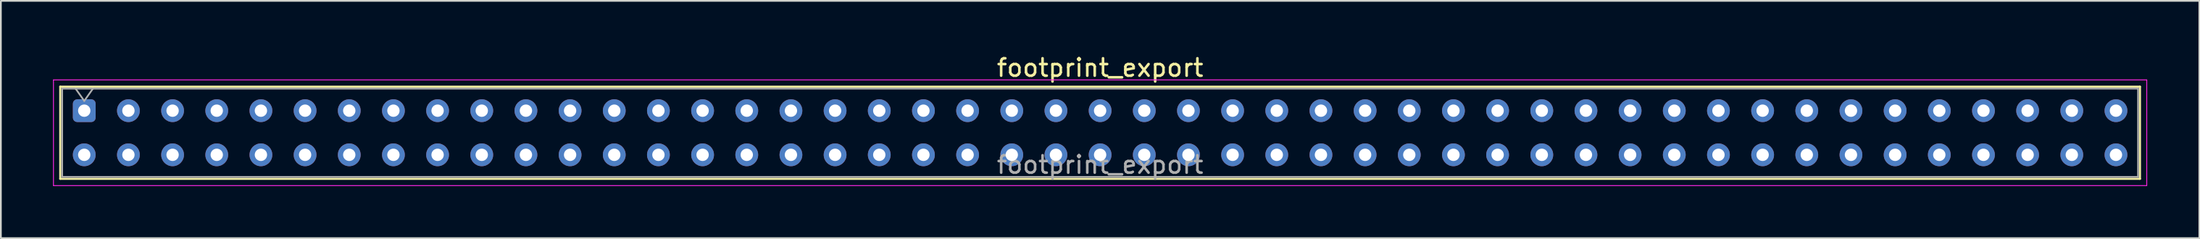
<source format=kicad_pcb>
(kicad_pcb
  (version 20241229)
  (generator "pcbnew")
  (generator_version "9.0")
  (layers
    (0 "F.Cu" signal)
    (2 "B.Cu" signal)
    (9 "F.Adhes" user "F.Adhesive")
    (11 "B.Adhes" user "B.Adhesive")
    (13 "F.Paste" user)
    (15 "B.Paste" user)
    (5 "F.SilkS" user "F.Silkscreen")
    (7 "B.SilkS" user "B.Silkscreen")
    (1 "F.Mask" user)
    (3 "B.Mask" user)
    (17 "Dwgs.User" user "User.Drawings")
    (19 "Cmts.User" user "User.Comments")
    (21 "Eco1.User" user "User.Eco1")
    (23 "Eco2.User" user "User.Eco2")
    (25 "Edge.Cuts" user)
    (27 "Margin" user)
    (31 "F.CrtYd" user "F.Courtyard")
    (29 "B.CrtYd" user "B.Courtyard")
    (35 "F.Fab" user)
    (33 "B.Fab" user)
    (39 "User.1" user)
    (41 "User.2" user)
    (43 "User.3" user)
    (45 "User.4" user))
  (footprint "footprint_export"
    (layer "F.Cu")
    (at 1.795 3.318)
    (property "Reference" "footprint_export" (at 58.42 -2.47 0) (layer "F.SilkS") (effects (font (size 1 1) (thickness 0.15))))
    (attr through_hole)
    (fp_line (start -1.38 -1.38) (end 118.22 -1.38) (stroke (width 0.12) (type solid)) (layer "F.SilkS"))
    (fp_line (start -1.38 3.92) (end -1.38 -1.38) (stroke (width 0.12) (type solid)) (layer "F.SilkS"))
    (fp_line (start 118.22 -1.38) (end 118.22 3.92) (stroke (width 0.12) (type solid)) (layer "F.SilkS"))
    (fp_line (start 118.22 3.92) (end -1.38 3.92) (stroke (width 0.12) (type solid)) (layer "F.SilkS"))
    (fp_line (start -1.77 -1.77) (end 118.61 -1.77) (stroke (width 0.05) (type solid)) (layer "F.CrtYd"))
    (fp_line (start -1.77 4.31) (end -1.77 -1.77) (stroke (width 0.05) (type solid)) (layer "F.CrtYd"))
    (fp_line (start 118.61 -1.77) (end 118.61 4.31) (stroke (width 0.05) (type solid)) (layer "F.CrtYd"))
    (fp_line (start 118.61 4.31) (end -1.77 4.31) (stroke (width 0.05) (type solid)) (layer "F.CrtYd"))
    (fp_line (start -1.27 -1.27) (end 118.11 -1.27) (stroke (width 0.1) (type solid)) (layer "F.Fab"))
    (fp_line (start -1.27 3.81) (end -1.27 -1.27) (stroke (width 0.1) (type solid)) (layer "F.Fab"))
    (fp_line (start -0.5 -1.27) (end 0 -0.563) (stroke (width 0.1) (type solid)) (layer "F.Fab"))
    (fp_line (start 0 -0.563) (end 0.5 -1.27) (stroke (width 0.1) (type solid)) (layer "F.Fab"))
    (fp_line (start 118.11 -1.27) (end 118.11 3.81) (stroke (width 0.1) (type solid)) (layer "F.Fab"))
    (fp_line (start 118.11 3.81) (end -1.27 3.81) (stroke (width 0.1) (type solid)) (layer "F.Fab"))
    (fp_text user "${REFERENCE}" (at 58.42 3.11 0) (layer "F.Fab") (effects (font (size 1 1) (thickness 0.15))))
    (pad "1" thru_hole roundrect (at 0 0) (size 1.31 1.31) (drill 0.71) (layers "*.Cu" "*.Mask") (roundrect_rratio 0.191))
    (pad "2" thru_hole circle (at 0 2.54) (size 1.31 1.31) (drill 0.71) (layers "*.Cu" "*.Mask"))
    (pad "3" thru_hole circle (at 2.54 0) (size 1.31 1.31) (drill 0.71) (layers "*.Cu" "*.Mask"))
    (pad "4" thru_hole circle (at 2.54 2.54) (size 1.31 1.31) (drill 0.71) (layers "*.Cu" "*.Mask"))
    (pad "5" thru_hole circle (at 5.08 0) (size 1.31 1.31) (drill 0.71) (layers "*.Cu" "*.Mask"))
    (pad "6" thru_hole circle (at 5.08 2.54) (size 1.31 1.31) (drill 0.71) (layers "*.Cu" "*.Mask"))
    (pad "7" thru_hole circle (at 7.62 0) (size 1.31 1.31) (drill 0.71) (layers "*.Cu" "*.Mask"))
    (pad "8" thru_hole circle (at 7.62 2.54) (size 1.31 1.31) (drill 0.71) (layers "*.Cu" "*.Mask"))
    (pad "9" thru_hole circle (at 10.16 0) (size 1.31 1.31) (drill 0.71) (layers "*.Cu" "*.Mask"))
    (pad "10" thru_hole circle (at 10.16 2.54) (size 1.31 1.31) (drill 0.71) (layers "*.Cu" "*.Mask"))
    (pad "11" thru_hole circle (at 12.7 0) (size 1.31 1.31) (drill 0.71) (layers "*.Cu" "*.Mask"))
    (pad "12" thru_hole circle (at 12.7 2.54) (size 1.31 1.31) (drill 0.71) (layers "*.Cu" "*.Mask"))
    (pad "13" thru_hole circle (at 15.24 0) (size 1.31 1.31) (drill 0.71) (layers "*.Cu" "*.Mask"))
    (pad "14" thru_hole circle (at 15.24 2.54) (size 1.31 1.31) (drill 0.71) (layers "*.Cu" "*.Mask"))
    (pad "15" thru_hole circle (at 17.78 0) (size 1.31 1.31) (drill 0.71) (layers "*.Cu" "*.Mask"))
    (pad "16" thru_hole circle (at 17.78 2.54) (size 1.31 1.31) (drill 0.71) (layers "*.Cu" "*.Mask"))
    (pad "17" thru_hole circle (at 20.32 0) (size 1.31 1.31) (drill 0.71) (layers "*.Cu" "*.Mask"))
    (pad "18" thru_hole circle (at 20.32 2.54) (size 1.31 1.31) (drill 0.71) (layers "*.Cu" "*.Mask"))
    (pad "19" thru_hole circle (at 22.86 0) (size 1.31 1.31) (drill 0.71) (layers "*.Cu" "*.Mask"))
    (pad "20" thru_hole circle (at 22.86 2.54) (size 1.31 1.31) (drill 0.71) (layers "*.Cu" "*.Mask"))
    (pad "21" thru_hole circle (at 25.4 0) (size 1.31 1.31) (drill 0.71) (layers "*.Cu" "*.Mask"))
    (pad "22" thru_hole circle (at 25.4 2.54) (size 1.31 1.31) (drill 0.71) (layers "*.Cu" "*.Mask"))
    (pad "23" thru_hole circle (at 27.94 0) (size 1.31 1.31) (drill 0.71) (layers "*.Cu" "*.Mask"))
    (pad "24" thru_hole circle (at 27.94 2.54) (size 1.31 1.31) (drill 0.71) (layers "*.Cu" "*.Mask"))
    (pad "25" thru_hole circle (at 30.48 0) (size 1.31 1.31) (drill 0.71) (layers "*.Cu" "*.Mask"))
    (pad "26" thru_hole circle (at 30.48 2.54) (size 1.31 1.31) (drill 0.71) (layers "*.Cu" "*.Mask"))
    (pad "27" thru_hole circle (at 33.02 0) (size 1.31 1.31) (drill 0.71) (layers "*.Cu" "*.Mask"))
    (pad "28" thru_hole circle (at 33.02 2.54) (size 1.31 1.31) (drill 0.71) (layers "*.Cu" "*.Mask"))
    (pad "29" thru_hole circle (at 35.56 0) (size 1.31 1.31) (drill 0.71) (layers "*.Cu" "*.Mask"))
    (pad "30" thru_hole circle (at 35.56 2.54) (size 1.31 1.31) (drill 0.71) (layers "*.Cu" "*.Mask"))
    (pad "31" thru_hole circle (at 38.1 0) (size 1.31 1.31) (drill 0.71) (layers "*.Cu" "*.Mask"))
    (pad "32" thru_hole circle (at 38.1 2.54) (size 1.31 1.31) (drill 0.71) (layers "*.Cu" "*.Mask"))
    (pad "33" thru_hole circle (at 40.64 0) (size 1.31 1.31) (drill 0.71) (layers "*.Cu" "*.Mask"))
    (pad "34" thru_hole circle (at 40.64 2.54) (size 1.31 1.31) (drill 0.71) (layers "*.Cu" "*.Mask"))
    (pad "35" thru_hole circle (at 43.18 0) (size 1.31 1.31) (drill 0.71) (layers "*.Cu" "*.Mask"))
    (pad "36" thru_hole circle (at 43.18 2.54) (size 1.31 1.31) (drill 0.71) (layers "*.Cu" "*.Mask"))
    (pad "37" thru_hole circle (at 45.72 0) (size 1.31 1.31) (drill 0.71) (layers "*.Cu" "*.Mask"))
    (pad "38" thru_hole circle (at 45.72 2.54) (size 1.31 1.31) (drill 0.71) (layers "*.Cu" "*.Mask"))
    (pad "39" thru_hole circle (at 48.26 0) (size 1.31 1.31) (drill 0.71) (layers "*.Cu" "*.Mask"))
    (pad "40" thru_hole circle (at 48.26 2.54) (size 1.31 1.31) (drill 0.71) (layers "*.Cu" "*.Mask"))
    (pad "41" thru_hole circle (at 50.8 0) (size 1.31 1.31) (drill 0.71) (layers "*.Cu" "*.Mask"))
    (pad "42" thru_hole circle (at 50.8 2.54) (size 1.31 1.31) (drill 0.71) (layers "*.Cu" "*.Mask"))
    (pad "43" thru_hole circle (at 53.34 0) (size 1.31 1.31) (drill 0.71) (layers "*.Cu" "*.Mask"))
    (pad "44" thru_hole circle (at 53.34 2.54) (size 1.31 1.31) (drill 0.71) (layers "*.Cu" "*.Mask"))
    (pad "45" thru_hole circle (at 55.88 0) (size 1.31 1.31) (drill 0.71) (layers "*.Cu" "*.Mask"))
    (pad "46" thru_hole circle (at 55.88 2.54) (size 1.31 1.31) (drill 0.71) (layers "*.Cu" "*.Mask"))
    (pad "47" thru_hole circle (at 58.42 0) (size 1.31 1.31) (drill 0.71) (layers "*.Cu" "*.Mask"))
    (pad "48" thru_hole circle (at 58.42 2.54) (size 1.31 1.31) (drill 0.71) (layers "*.Cu" "*.Mask"))
    (pad "49" thru_hole circle (at 60.96 0) (size 1.31 1.31) (drill 0.71) (layers "*.Cu" "*.Mask"))
    (pad "50" thru_hole circle (at 60.96 2.54) (size 1.31 1.31) (drill 0.71) (layers "*.Cu" "*.Mask"))
    (pad "51" thru_hole circle (at 63.5 0) (size 1.31 1.31) (drill 0.71) (layers "*.Cu" "*.Mask"))
    (pad "52" thru_hole circle (at 63.5 2.54) (size 1.31 1.31) (drill 0.71) (layers "*.Cu" "*.Mask"))
    (pad "53" thru_hole circle (at 66.04 0) (size 1.31 1.31) (drill 0.71) (layers "*.Cu" "*.Mask"))
    (pad "54" thru_hole circle (at 66.04 2.54) (size 1.31 1.31) (drill 0.71) (layers "*.Cu" "*.Mask"))
    (pad "55" thru_hole circle (at 68.58 0) (size 1.31 1.31) (drill 0.71) (layers "*.Cu" "*.Mask"))
    (pad "56" thru_hole circle (at 68.58 2.54) (size 1.31 1.31) (drill 0.71) (layers "*.Cu" "*.Mask"))
    (pad "57" thru_hole circle (at 71.12 0) (size 1.31 1.31) (drill 0.71) (layers "*.Cu" "*.Mask"))
    (pad "58" thru_hole circle (at 71.12 2.54) (size 1.31 1.31) (drill 0.71) (layers "*.Cu" "*.Mask"))
    (pad "59" thru_hole circle (at 73.66 0) (size 1.31 1.31) (drill 0.71) (layers "*.Cu" "*.Mask"))
    (pad "60" thru_hole circle (at 73.66 2.54) (size 1.31 1.31) (drill 0.71) (layers "*.Cu" "*.Mask"))
    (pad "61" thru_hole circle (at 76.2 0) (size 1.31 1.31) (drill 0.71) (layers "*.Cu" "*.Mask"))
    (pad "62" thru_hole circle (at 76.2 2.54) (size 1.31 1.31) (drill 0.71) (layers "*.Cu" "*.Mask"))
    (pad "63" thru_hole circle (at 78.74 0) (size 1.31 1.31) (drill 0.71) (layers "*.Cu" "*.Mask"))
    (pad "64" thru_hole circle (at 78.74 2.54) (size 1.31 1.31) (drill 0.71) (layers "*.Cu" "*.Mask"))
    (pad "65" thru_hole circle (at 81.28 0) (size 1.31 1.31) (drill 0.71) (layers "*.Cu" "*.Mask"))
    (pad "66" thru_hole circle (at 81.28 2.54) (size 1.31 1.31) (drill 0.71) (layers "*.Cu" "*.Mask"))
    (pad "67" thru_hole circle (at 83.82 0) (size 1.31 1.31) (drill 0.71) (layers "*.Cu" "*.Mask"))
    (pad "68" thru_hole circle (at 83.82 2.54) (size 1.31 1.31) (drill 0.71) (layers "*.Cu" "*.Mask"))
    (pad "69" thru_hole circle (at 86.36 0) (size 1.31 1.31) (drill 0.71) (layers "*.Cu" "*.Mask"))
    (pad "70" thru_hole circle (at 86.36 2.54) (size 1.31 1.31) (drill 0.71) (layers "*.Cu" "*.Mask"))
    (pad "71" thru_hole circle (at 88.9 0) (size 1.31 1.31) (drill 0.71) (layers "*.Cu" "*.Mask"))
    (pad "72" thru_hole circle (at 88.9 2.54) (size 1.31 1.31) (drill 0.71) (layers "*.Cu" "*.Mask"))
    (pad "73" thru_hole circle (at 91.44 0) (size 1.31 1.31) (drill 0.71) (layers "*.Cu" "*.Mask"))
    (pad "74" thru_hole circle (at 91.44 2.54) (size 1.31 1.31) (drill 0.71) (layers "*.Cu" "*.Mask"))
    (pad "75" thru_hole circle (at 93.98 0) (size 1.31 1.31) (drill 0.71) (layers "*.Cu" "*.Mask"))
    (pad "76" thru_hole circle (at 93.98 2.54) (size 1.31 1.31) (drill 0.71) (layers "*.Cu" "*.Mask"))
    (pad "77" thru_hole circle (at 96.52 0) (size 1.31 1.31) (drill 0.71) (layers "*.Cu" "*.Mask"))
    (pad "78" thru_hole circle (at 96.52 2.54) (size 1.31 1.31) (drill 0.71) (layers "*.Cu" "*.Mask"))
    (pad "79" thru_hole circle (at 99.06 0) (size 1.31 1.31) (drill 0.71) (layers "*.Cu" "*.Mask"))
    (pad "80" thru_hole circle (at 99.06 2.54) (size 1.31 1.31) (drill 0.71) (layers "*.Cu" "*.Mask"))
    (pad "81" thru_hole circle (at 101.6 0) (size 1.31 1.31) (drill 0.71) (layers "*.Cu" "*.Mask"))
    (pad "82" thru_hole circle (at 101.6 2.54) (size 1.31 1.31) (drill 0.71) (layers "*.Cu" "*.Mask"))
    (pad "83" thru_hole circle (at 104.14 0) (size 1.31 1.31) (drill 0.71) (layers "*.Cu" "*.Mask"))
    (pad "84" thru_hole circle (at 104.14 2.54) (size 1.31 1.31) (drill 0.71) (layers "*.Cu" "*.Mask"))
    (pad "85" thru_hole circle (at 106.68 0) (size 1.31 1.31) (drill 0.71) (layers "*.Cu" "*.Mask"))
    (pad "86" thru_hole circle (at 106.68 2.54) (size 1.31 1.31) (drill 0.71) (layers "*.Cu" "*.Mask"))
    (pad "87" thru_hole circle (at 109.22 0) (size 1.31 1.31) (drill 0.71) (layers "*.Cu" "*.Mask"))
    (pad "88" thru_hole circle (at 109.22 2.54) (size 1.31 1.31) (drill 0.71) (layers "*.Cu" "*.Mask"))
    (pad "89" thru_hole circle (at 111.76 0) (size 1.31 1.31) (drill 0.71) (layers "*.Cu" "*.Mask"))
    (pad "90" thru_hole circle (at 111.76 2.54) (size 1.31 1.31) (drill 0.71) (layers "*.Cu" "*.Mask"))
    (pad "91" thru_hole circle (at 114.3 0) (size 1.31 1.31) (drill 0.71) (layers "*.Cu" "*.Mask"))
    (pad "92" thru_hole circle (at 114.3 2.54) (size 1.31 1.31) (drill 0.71) (layers "*.Cu" "*.Mask"))
    (pad "93" thru_hole circle (at 116.84 0) (size 1.31 1.31) (drill 0.71) (layers "*.Cu" "*.Mask"))
    (pad "94" thru_hole circle (at 116.84 2.54) (size 1.31 1.31) (drill 0.71) (layers "*.Cu" "*.Mask")))
  (gr_rect
    (start -3 -3)
    (end 123.43 10.653)
    (stroke (width 0.1) (type default))
    (fill no)
    (layer "Edge.Cuts")))
</source>
